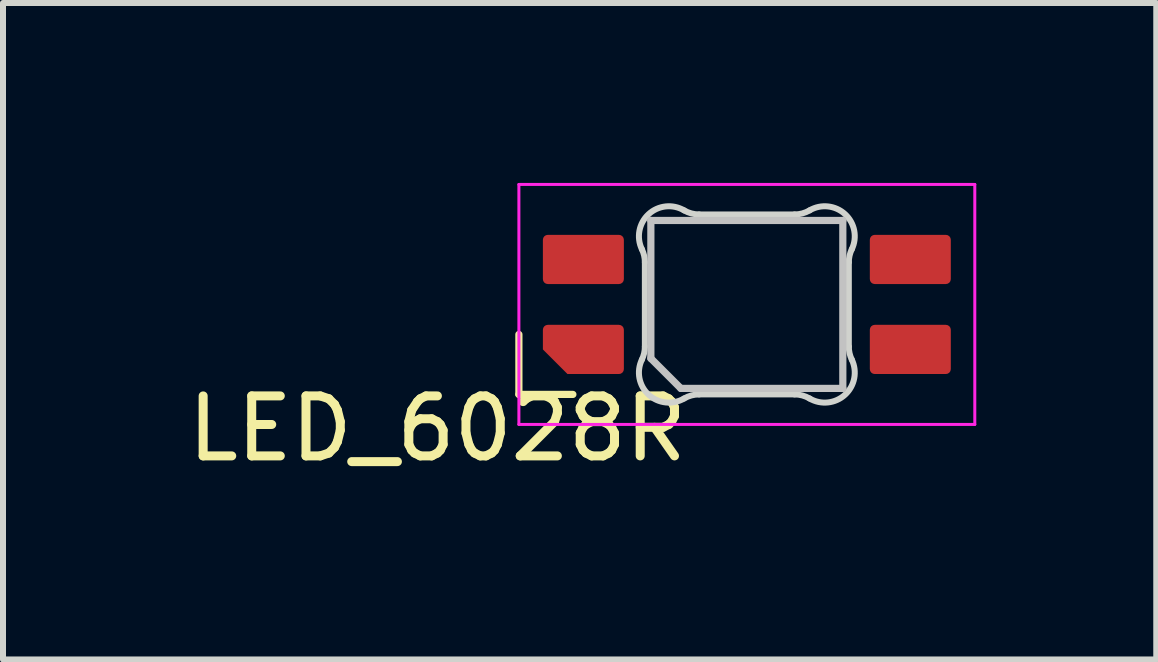
<source format=kicad_pcb>
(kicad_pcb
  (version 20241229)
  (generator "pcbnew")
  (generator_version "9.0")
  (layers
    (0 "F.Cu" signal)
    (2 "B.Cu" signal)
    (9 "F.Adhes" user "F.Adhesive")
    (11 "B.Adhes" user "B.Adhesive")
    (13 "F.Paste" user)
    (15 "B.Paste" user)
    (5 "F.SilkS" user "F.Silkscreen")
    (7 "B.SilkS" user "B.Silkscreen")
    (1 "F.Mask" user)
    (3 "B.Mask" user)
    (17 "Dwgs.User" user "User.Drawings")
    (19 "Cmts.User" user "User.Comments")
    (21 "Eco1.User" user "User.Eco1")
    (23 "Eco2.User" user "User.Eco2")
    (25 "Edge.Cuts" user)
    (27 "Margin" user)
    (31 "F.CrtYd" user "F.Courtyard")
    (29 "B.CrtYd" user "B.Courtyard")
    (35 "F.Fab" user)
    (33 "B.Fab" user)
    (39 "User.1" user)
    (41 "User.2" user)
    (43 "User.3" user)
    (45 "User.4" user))
  (footprint "LED_6028R"
    (layer "F.Cu")
    (at 9.4 2.025)
    (property "Reference" "LED_6028R" (at -9.4 2.07 0) (layer "F.SilkS") (effects (font (size 1 1) (thickness 0.15)) (justify left)))
    (attr smd)
    (fp_line (start -3.8 0.5) (end -3.8 1.5) (stroke (width 0.12) (type solid)) (layer "F.SilkS"))
    (fp_line (start -3.8 1.5) (end -2.9 1.5) (stroke (width 0.12) (type solid)) (layer "F.SilkS"))
    (fp_line (start -1.6 -1.4) (end 1.6 -1.4) (stroke (width 0.12) (type solid)) (layer "Dwgs.User"))
    (fp_line (start -1.6 0.9) (end -1.6 -1.4) (stroke (width 0.12) (type solid)) (layer "Dwgs.User"))
    (fp_line (start -1.6 0.9) (end -1.1 1.4) (stroke (width 0.12) (type solid)) (layer "Dwgs.User"))
    (fp_line (start 1.6 -1.4) (end 1.6 1.4) (stroke (width 0.12) (type solid)) (layer "Dwgs.User"))
    (fp_line (start 1.6 1.4) (end -1.1 1.4) (stroke (width 0.12) (type solid)) (layer "Dwgs.User"))
    (fp_line (start -1.7 -0.703) (end -1.7 0.703) (stroke (width 0.1) (type solid)) (layer "Edge.Cuts"))
    (fp_line (start -0.794 1.5) (end 0.794 1.5) (stroke (width 0.1) (type solid)) (layer "Edge.Cuts"))
    (fp_line (start 0.794 -1.5) (end -0.794 -1.5) (stroke (width 0.1) (type solid)) (layer "Edge.Cuts"))
    (fp_line (start 1.7 0.703) (end 1.7 -0.703) (stroke (width 0.1) (type solid)) (layer "Edge.Cuts"))
    (fp_arc (start -1.749484 -0.919721) (mid -1.712527 -0.814069) (end -1.699999 -0.702844) (stroke (width 0.1) (type solid)) (layer "Edge.Cuts"))
    (fp_arc (start -1.749484 -0.919721) (mid -1.638071 -1.504036) (end -1.046711 -1.568299) (stroke (width 0.1) (type solid)) (layer "Edge.Cuts"))
    (fp_arc (start -1.699999 0.702841) (mid -1.712527 0.814067) (end -1.749484 0.919719) (stroke (width 0.1) (type solid)) (layer "Edge.Cuts"))
    (fp_arc (start -1.046711 1.568298) (mid -1.638072 1.504034) (end -1.749484 0.919718) (stroke (width 0.1) (type solid)) (layer "Edge.Cuts"))
    (fp_arc (start -1.046711 1.568298) (mid -0.925123 1.517376) (end -0.794452 1.499999) (stroke (width 0.1) (type solid)) (layer "Edge.Cuts"))
    (fp_arc (start -0.794453 -1.5) (mid -0.925123 -1.517377) (end -1.046711 -1.568299) (stroke (width 0.1) (type solid)) (layer "Edge.Cuts"))
    (fp_arc (start 0.794452 1.499999) (mid 0.925122 1.517376) (end 1.04671 1.568298) (stroke (width 0.1) (type solid)) (layer "Edge.Cuts"))
    (fp_arc (start 1.046711 -1.5683) (mid 0.925123 -1.517378) (end 0.794453 -1.500001) (stroke (width 0.1) (type solid)) (layer "Edge.Cuts"))
    (fp_arc (start 1.046711 -1.5683) (mid 1.638071 -1.504036) (end 1.749484 -0.919721) (stroke (width 0.1) (type solid)) (layer "Edge.Cuts"))
    (fp_arc (start 1.699999 -0.702843) (mid 1.712527 -0.814069) (end 1.749484 -0.919721) (stroke (width 0.1) (type solid)) (layer "Edge.Cuts"))
    (fp_arc (start 1.749484 0.919719) (mid 1.63807 1.504033) (end 1.046711 1.568296) (stroke (width 0.1) (type solid)) (layer "Edge.Cuts"))
    (fp_arc (start 1.749484 0.919719) (mid 1.712527 0.814067) (end 1.699999 0.702842) (stroke (width 0.1) (type solid)) (layer "Edge.Cuts"))
    (fp_line (start -3.8 -2) (end 3.8 -2) (stroke (width 0.05) (type solid)) (layer "F.CrtYd"))
    (fp_line (start -3.8 2) (end -3.8 -2) (stroke (width 0.05) (type solid)) (layer "F.CrtYd"))
    (fp_line (start 3.8 -2) (end 3.8 2) (stroke (width 0.05) (type solid)) (layer "F.CrtYd"))
    (fp_line (start 3.8 2) (end -3.8 2) (stroke (width 0.05) (type solid)) (layer "F.CrtYd"))
    (pad "1" smd roundrect (at 2.725 -0.75 90) (size 0.82 1.35) (layers "F.Cu" "F.Mask" "F.Paste") (roundrect_rratio 0.1))
    (pad "2" smd roundrect (at 2.725 0.75 90) (size 0.82 1.35) (layers "F.Cu" "F.Mask" "F.Paste") (roundrect_rratio 0.1))
    (pad "3" smd roundrect (at -2.725 -0.75 90) (size 0.82 1.35) (layers "F.Cu" "F.Mask" "F.Paste") (roundrect_rratio 0.1))
    (pad "4" smd roundrect (at -2.725 0.75 90) (size 0.82 1.35) (layers "F.Cu" "F.Mask" "F.Paste") (roundrect_rratio 0.1) (chamfer_ratio 0.5) (chamfer top_left)))
  (gr_rect
    (start -3 -3)
    (end 16.225 7.943)
    (stroke (width 0.1) (type default))
    (fill no)
    (layer "Edge.Cuts")))
</source>
